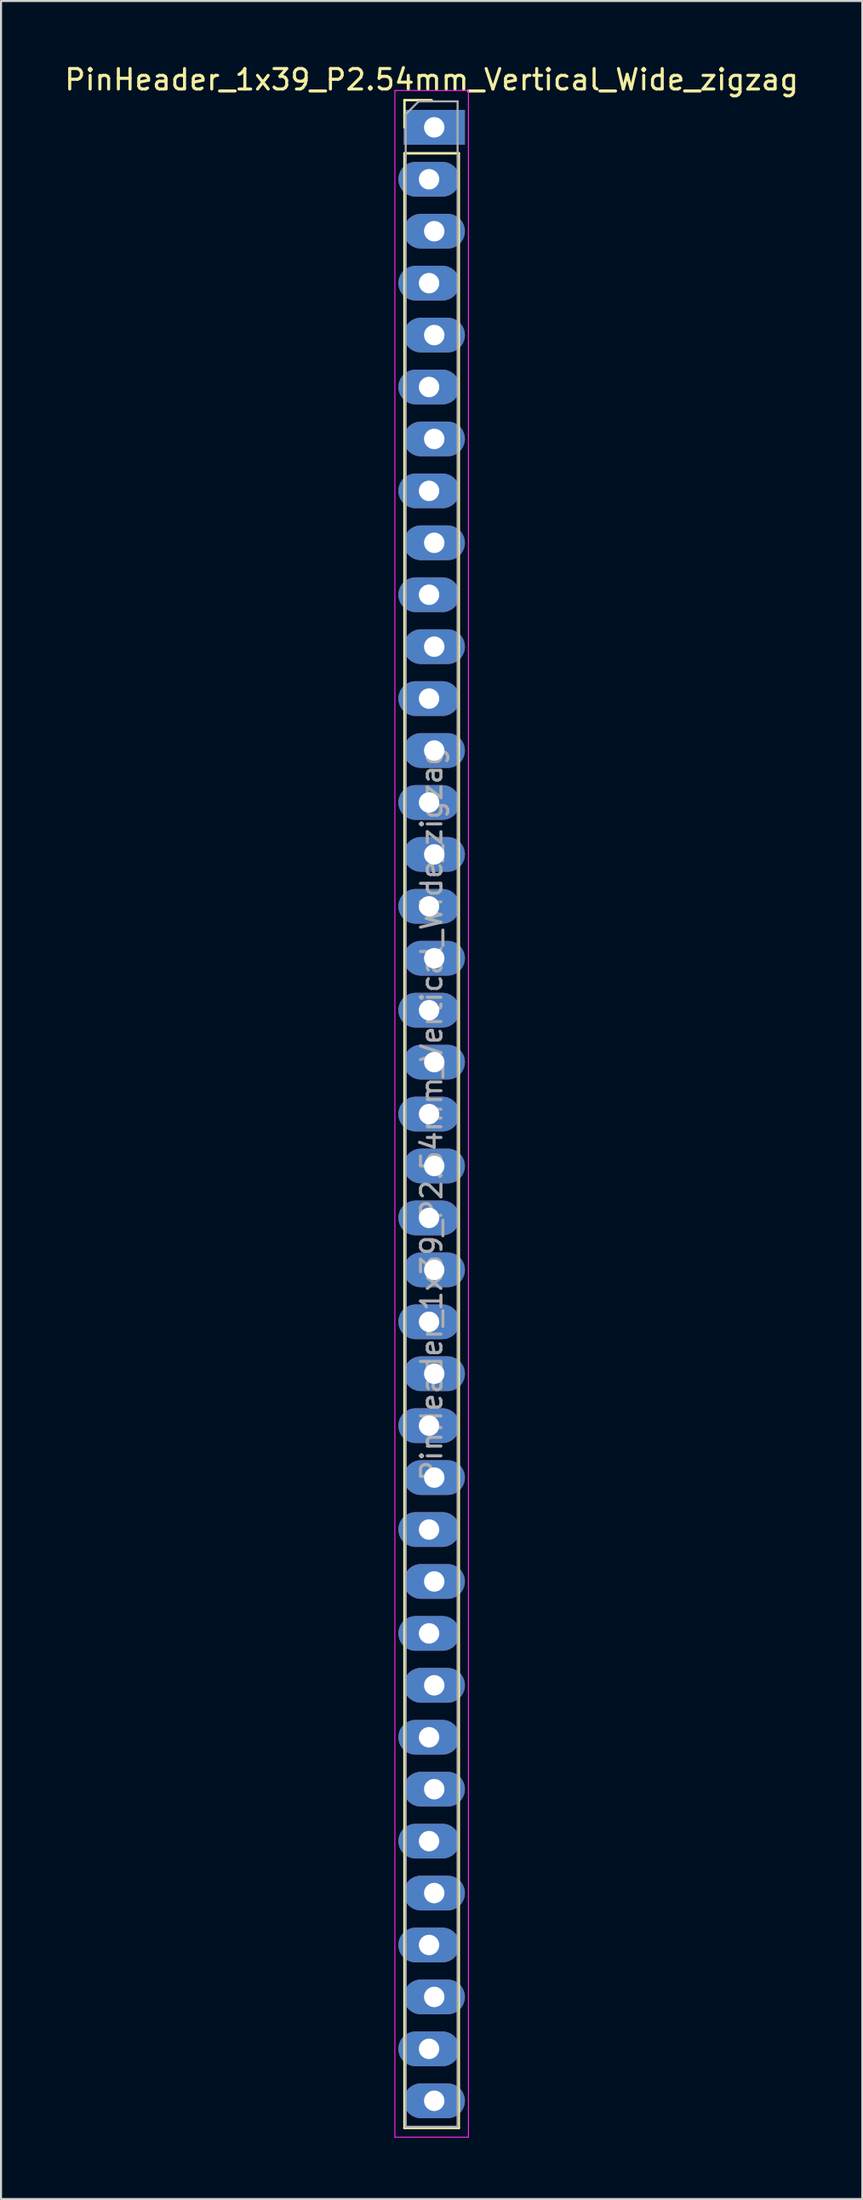
<source format=kicad_pcb>
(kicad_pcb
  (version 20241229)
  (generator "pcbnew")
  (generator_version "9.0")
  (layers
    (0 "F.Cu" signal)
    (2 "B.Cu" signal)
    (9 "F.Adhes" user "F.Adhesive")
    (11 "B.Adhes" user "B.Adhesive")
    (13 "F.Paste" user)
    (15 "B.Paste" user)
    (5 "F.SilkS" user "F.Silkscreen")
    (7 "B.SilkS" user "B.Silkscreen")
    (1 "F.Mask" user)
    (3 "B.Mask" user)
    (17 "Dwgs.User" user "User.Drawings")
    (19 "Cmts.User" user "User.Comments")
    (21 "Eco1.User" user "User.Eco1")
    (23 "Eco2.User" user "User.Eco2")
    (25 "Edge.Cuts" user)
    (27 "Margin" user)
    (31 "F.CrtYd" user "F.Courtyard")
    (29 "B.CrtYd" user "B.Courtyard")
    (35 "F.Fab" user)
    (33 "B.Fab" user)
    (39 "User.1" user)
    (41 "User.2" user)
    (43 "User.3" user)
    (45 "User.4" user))
  (footprint "PinHeader_1x39_P2.54mm_Vertical_Wide_zigzag"
    (layer "F.Cu")
    (at 18.077 3.178)
    (property "Reference" "PinHeader_1x39_P2.54mm_Vertical_Wide_zigzag" (at 0 -2.33 0) (layer "F.SilkS") (effects (font (size 1 1) (thickness 0.15))))
    (attr through_hole)
    (fp_line (start -1.33 -1.33) (end 0 -1.33) (stroke (width 0.12) (type solid)) (layer "F.SilkS"))
    (fp_line (start -1.33 0) (end -1.33 -1.33) (stroke (width 0.12) (type solid)) (layer "F.SilkS"))
    (fp_line (start -1.33 1.27) (end -1.33 97.85) (stroke (width 0.12) (type solid)) (layer "F.SilkS"))
    (fp_line (start -1.33 1.27) (end 1.33 1.27) (stroke (width 0.12) (type solid)) (layer "F.SilkS"))
    (fp_line (start -1.33 97.85) (end 1.33 97.85) (stroke (width 0.12) (type solid)) (layer "F.SilkS"))
    (fp_line (start 1.33 1.27) (end 1.33 97.85) (stroke (width 0.12) (type solid)) (layer "F.SilkS"))
    (fp_line (start -1.8 -1.8) (end -1.8 98.3) (stroke (width 0.05) (type solid)) (layer "F.CrtYd"))
    (fp_line (start -1.8 98.3) (end 1.8 98.3) (stroke (width 0.05) (type solid)) (layer "F.CrtYd"))
    (fp_line (start 1.8 -1.8) (end -1.8 -1.8) (stroke (width 0.05) (type solid)) (layer "F.CrtYd"))
    (fp_line (start 1.8 98.3) (end 1.8 -1.8) (stroke (width 0.05) (type solid)) (layer "F.CrtYd"))
    (fp_line (start -1.27 -0.635) (end -0.635 -1.27) (stroke (width 0.1) (type solid)) (layer "F.Fab"))
    (fp_line (start -1.27 97.79) (end -1.27 -0.635) (stroke (width 0.1) (type solid)) (layer "F.Fab"))
    (fp_line (start -0.635 -1.27) (end 1.27 -1.27) (stroke (width 0.1) (type solid)) (layer "F.Fab"))
    (fp_line (start 1.27 -1.27) (end 1.27 97.79) (stroke (width 0.1) (type solid)) (layer "F.Fab"))
    (fp_line (start 1.27 97.79) (end -1.27 97.79) (stroke (width 0.1) (type solid)) (layer "F.Fab"))
    (fp_text user "${REFERENCE}" (at 0 48.26 90) (layer "F.Fab") (effects (font (size 1 1) (thickness 0.15))))
    (pad "1" thru_hole rect (at 0.127 0) (size 3 1.7) (drill 1) (layers "*.Cu" "*.Mask"))
    (pad "2" thru_hole oval (at -0.127 2.54) (size 3 1.7) (drill 1) (layers "*.Cu" "*.Mask"))
    (pad "3" thru_hole oval (at 0.127 5.08) (size 3 1.7) (drill 1) (layers "*.Cu" "*.Mask"))
    (pad "4" thru_hole oval (at -0.127 7.62) (size 3 1.7) (drill 1) (layers "*.Cu" "*.Mask"))
    (pad "5" thru_hole oval (at 0.127 10.16) (size 3 1.7) (drill 1) (layers "*.Cu" "*.Mask"))
    (pad "6" thru_hole oval (at -0.127 12.7) (size 3 1.7) (drill 1) (layers "*.Cu" "*.Mask"))
    (pad "7" thru_hole oval (at 0.127 15.24) (size 3 1.7) (drill 1) (layers "*.Cu" "*.Mask"))
    (pad "8" thru_hole oval (at -0.127 17.78) (size 3 1.7) (drill 1) (layers "*.Cu" "*.Mask"))
    (pad "9" thru_hole oval (at 0.127 20.32) (size 3 1.7) (drill 1) (layers "*.Cu" "*.Mask"))
    (pad "10" thru_hole oval (at -0.127 22.86) (size 3 1.7) (drill 1) (layers "*.Cu" "*.Mask"))
    (pad "11" thru_hole oval (at 0.127 25.4) (size 3 1.7) (drill 1) (layers "*.Cu" "*.Mask"))
    (pad "12" thru_hole oval (at -0.127 27.94) (size 3 1.7) (drill 1) (layers "*.Cu" "*.Mask"))
    (pad "13" thru_hole oval (at 0.127 30.48) (size 3 1.7) (drill 1) (layers "*.Cu" "*.Mask"))
    (pad "14" thru_hole oval (at -0.127 33.02) (size 3 1.7) (drill 1) (layers "*.Cu" "*.Mask"))
    (pad "15" thru_hole oval (at 0.127 35.56) (size 3 1.7) (drill 1) (layers "*.Cu" "*.Mask"))
    (pad "16" thru_hole oval (at -0.127 38.1) (size 3 1.7) (drill 1) (layers "*.Cu" "*.Mask"))
    (pad "17" thru_hole oval (at 0.127 40.64) (size 3 1.7) (drill 1) (layers "*.Cu" "*.Mask"))
    (pad "18" thru_hole oval (at -0.127 43.18) (size 3 1.7) (drill 1) (layers "*.Cu" "*.Mask"))
    (pad "19" thru_hole oval (at 0.127 45.72) (size 3 1.7) (drill 1) (layers "*.Cu" "*.Mask"))
    (pad "20" thru_hole oval (at -0.127 48.26) (size 3 1.7) (drill 1) (layers "*.Cu" "*.Mask"))
    (pad "21" thru_hole oval (at 0.127 50.8) (size 3 1.7) (drill 1) (layers "*.Cu" "*.Mask"))
    (pad "22" thru_hole oval (at -0.127 53.34) (size 3 1.7) (drill 1) (layers "*.Cu" "*.Mask"))
    (pad "23" thru_hole oval (at 0.127 55.88) (size 3 1.7) (drill 1) (layers "*.Cu" "*.Mask"))
    (pad "24" thru_hole oval (at -0.127 58.42) (size 3 1.7) (drill 1) (layers "*.Cu" "*.Mask"))
    (pad "25" thru_hole oval (at 0.127 60.96) (size 3 1.7) (drill 1) (layers "*.Cu" "*.Mask"))
    (pad "26" thru_hole oval (at -0.127 63.5) (size 3 1.7) (drill 1) (layers "*.Cu" "*.Mask"))
    (pad "27" thru_hole oval (at 0.127 66.04) (size 3 1.7) (drill 1) (layers "*.Cu" "*.Mask"))
    (pad "28" thru_hole oval (at -0.127 68.58) (size 3 1.7) (drill 1) (layers "*.Cu" "*.Mask"))
    (pad "29" thru_hole oval (at 0.127 71.12) (size 3 1.7) (drill 1) (layers "*.Cu" "*.Mask"))
    (pad "30" thru_hole oval (at -0.127 73.66) (size 3 1.7) (drill 1) (layers "*.Cu" "*.Mask"))
    (pad "31" thru_hole oval (at 0.127 76.2) (size 3 1.7) (drill 1) (layers "*.Cu" "*.Mask"))
    (pad "32" thru_hole oval (at -0.127 78.74) (size 3 1.7) (drill 1) (layers "*.Cu" "*.Mask"))
    (pad "33" thru_hole oval (at 0.127 81.28) (size 3 1.7) (drill 1) (layers "*.Cu" "*.Mask"))
    (pad "34" thru_hole oval (at -0.127 83.82) (size 3 1.7) (drill 1) (layers "*.Cu" "*.Mask"))
    (pad "35" thru_hole oval (at 0.127 86.36) (size 3 1.7) (drill 1) (layers "*.Cu" "*.Mask"))
    (pad "36" thru_hole oval (at -0.127 88.9) (size 3 1.7) (drill 1) (layers "*.Cu" "*.Mask"))
    (pad "37" thru_hole oval (at 0.127 91.44) (size 3 1.7) (drill 1) (layers "*.Cu" "*.Mask"))
    (pad "38" thru_hole oval (at -0.127 93.98) (size 3 1.7) (drill 1) (layers "*.Cu" "*.Mask"))
    (pad "39" thru_hole oval (at 0.127 96.52) (size 3 1.7) (drill 1) (layers "*.Cu" "*.Mask")))
  (gr_rect
    (start -3 -3)
    (end 39.155 104.503)
    (stroke (width 0.1) (type default))
    (fill no)
    (layer "Edge.Cuts")))
</source>
